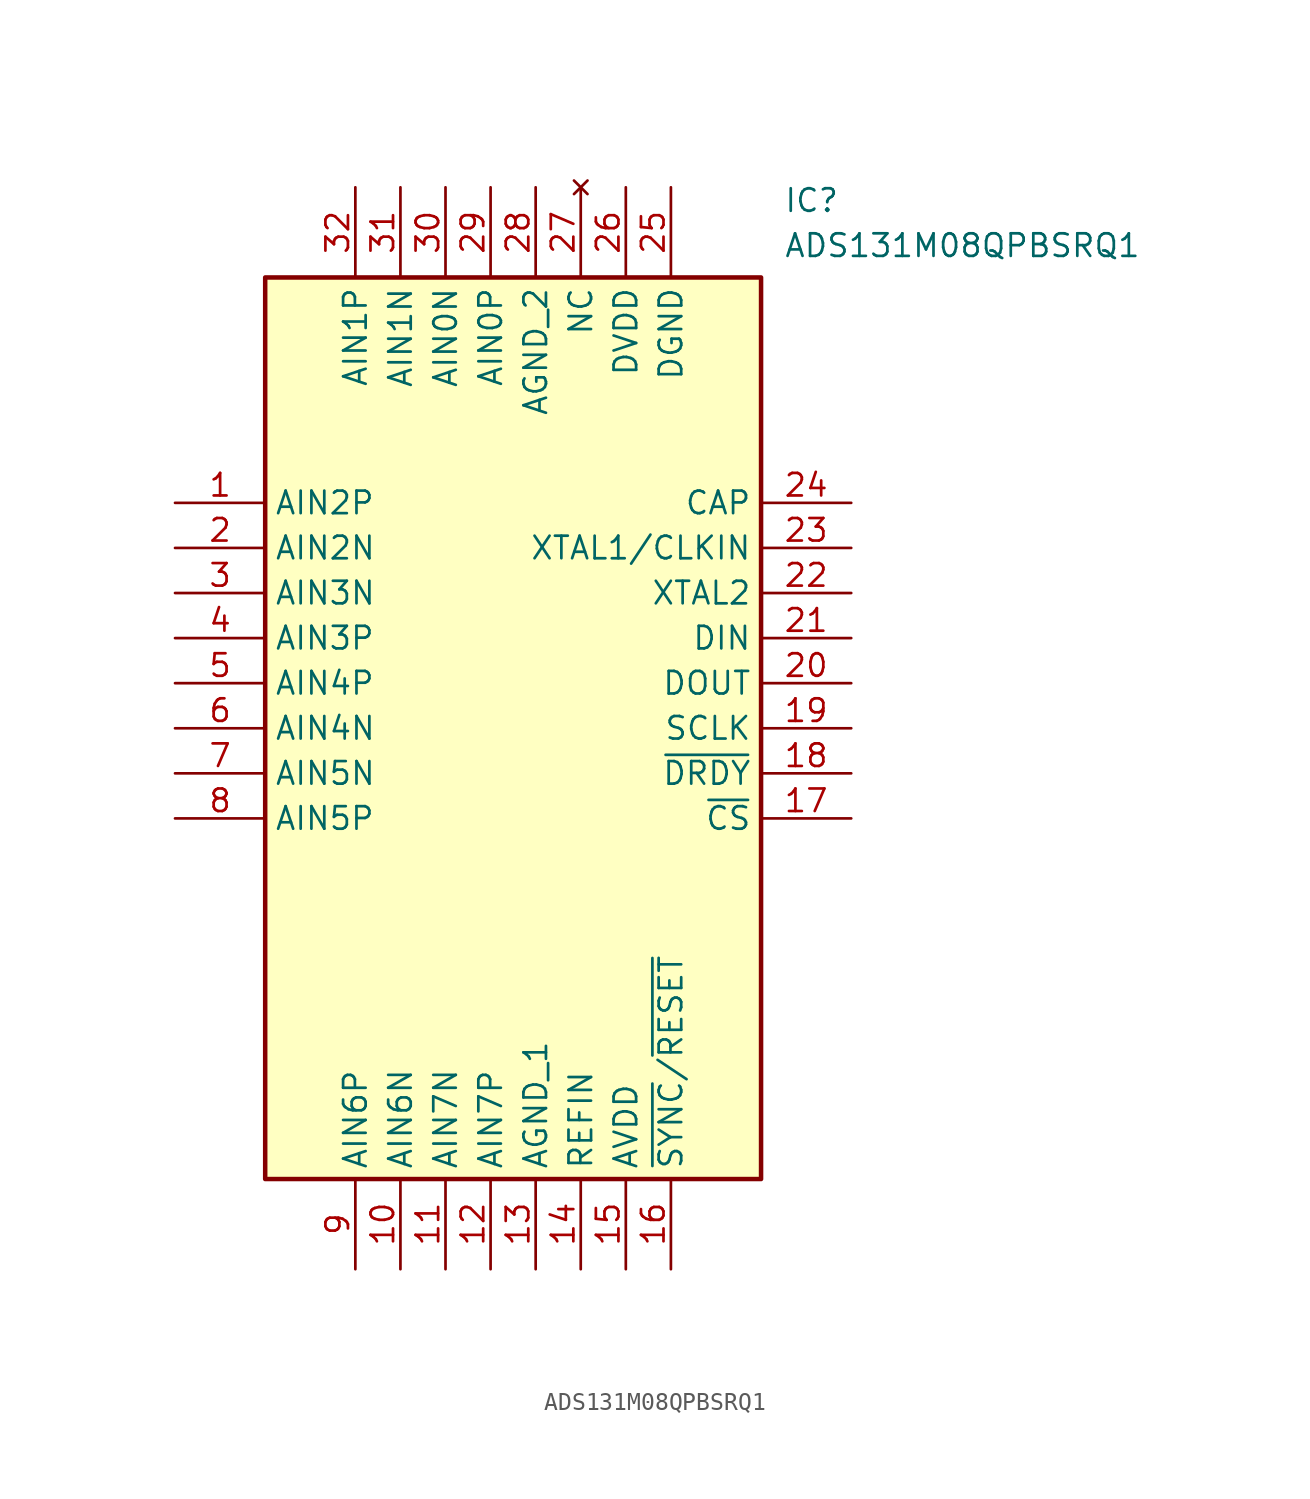
<source format=kicad_sym>
(kicad_symbol_lib
  (version 20211014)
  (generator SamacSys_ECAD_Model)
  (symbol "ADS131M08QPBSRQ1"
    (property "Reference" "IC"
      (at 34.29 17.78 0)
      (effects (font (size 1.27 1.27)) (justify left top)))
    (property "Value" "ADS131M08QPBSRQ1"
      (at 34.29 15.24 0)
      (effects (font (size 1.27 1.27)) (justify left top)))
    (rectangle
      (start 5.08 12.7)
      (end 33.02 -38.1)
      (stroke (width 0.254) (type default))
      (fill (type background)))
    (pin passive line
      (at 0 0 0)
      (length 5.08)
      (name "AIN2P" (effects (font (size 1.27 1.27))))
      (number "1" (effects (font (size 1.27 1.27)))))
    (pin passive line
      (at 0 -2.54 0)
      (length 5.08)
      (name "AIN2N" (effects (font (size 1.27 1.27))))
      (number "2" (effects (font (size 1.27 1.27)))))
    (pin passive line
      (at 0 -5.08 0)
      (length 5.08)
      (name "AIN3N" (effects (font (size 1.27 1.27))))
      (number "3" (effects (font (size 1.27 1.27)))))
    (pin passive line
      (at 0 -7.62 0)
      (length 5.08)
      (name "AIN3P" (effects (font (size 1.27 1.27))))
      (number "4" (effects (font (size 1.27 1.27)))))
    (pin passive line
      (at 0 -10.16 0)
      (length 5.08)
      (name "AIN4P" (effects (font (size 1.27 1.27))))
      (number "5" (effects (font (size 1.27 1.27)))))
    (pin passive line
      (at 0 -12.7 0)
      (length 5.08)
      (name "AIN4N" (effects (font (size 1.27 1.27))))
      (number "6" (effects (font (size 1.27 1.27)))))
    (pin passive line
      (at 0 -15.24 0)
      (length 5.08)
      (name "AIN5N" (effects (font (size 1.27 1.27))))
      (number "7" (effects (font (size 1.27 1.27)))))
    (pin passive line
      (at 0 -17.78 0)
      (length 5.08)
      (name "AIN5P" (effects (font (size 1.27 1.27))))
      (number "8" (effects (font (size 1.27 1.27)))))
    (pin passive line
      (at 10.16 -43.18 90)
      (length 5.08)
      (name "AIN6P" (effects (font (size 1.27 1.27))))
      (number "9" (effects (font (size 1.27 1.27)))))
    (pin passive line
      (at 12.7 -43.18 90)
      (length 5.08)
      (name "AIN6N" (effects (font (size 1.27 1.27))))
      (number "10" (effects (font (size 1.27 1.27)))))
    (pin passive line
      (at 15.24 -43.18 90)
      (length 5.08)
      (name "AIN7N" (effects (font (size 1.27 1.27))))
      (number "11" (effects (font (size 1.27 1.27)))))
    (pin passive line
      (at 17.78 -43.18 90)
      (length 5.08)
      (name "AIN7P" (effects (font (size 1.27 1.27))))
      (number "12" (effects (font (size 1.27 1.27)))))
    (pin passive line
      (at 20.32 -43.18 90)
      (length 5.08)
      (name "AGND_1" (effects (font (size 1.27 1.27))))
      (number "13" (effects (font (size 1.27 1.27)))))
    (pin passive line
      (at 22.86 -43.18 90)
      (length 5.08)
      (name "REFIN" (effects (font (size 1.27 1.27))))
      (number "14" (effects (font (size 1.27 1.27)))))
    (pin passive line
      (at 25.4 -43.18 90)
      (length 5.08)
      (name "AVDD" (effects (font (size 1.27 1.27))))
      (number "15" (effects (font (size 1.27 1.27)))))
    (pin passive line
      (at 27.94 -43.18 90)
      (length 5.08)
      (name "~{SYNC}/~{RESET}" (effects (font (size 1.27 1.27))))
      (number "16" (effects (font (size 1.27 1.27)))))
    (pin passive line
      (at 38.1 0 180)
      (length 5.08)
      (name "CAP" (effects (font (size 1.27 1.27))))
      (number "24" (effects (font (size 1.27 1.27)))))
    (pin passive line
      (at 38.1 -2.54 180)
      (length 5.08)
      (name "XTAL1/CLKIN" (effects (font (size 1.27 1.27))))
      (number "23" (effects (font (size 1.27 1.27)))))
    (pin passive line
      (at 38.1 -5.08 180)
      (length 5.08)
      (name "XTAL2" (effects (font (size 1.27 1.27))))
      (number "22" (effects (font (size 1.27 1.27)))))
    (pin passive line
      (at 38.1 -7.62 180)
      (length 5.08)
      (name "DIN" (effects (font (size 1.27 1.27))))
      (number "21" (effects (font (size 1.27 1.27)))))
    (pin passive line
      (at 38.1 -10.16 180)
      (length 5.08)
      (name "DOUT" (effects (font (size 1.27 1.27))))
      (number "20" (effects (font (size 1.27 1.27)))))
    (pin passive line
      (at 38.1 -12.7 180)
      (length 5.08)
      (name "SCLK" (effects (font (size 1.27 1.27))))
      (number "19" (effects (font (size 1.27 1.27)))))
    (pin passive line
      (at 38.1 -15.24 180)
      (length 5.08)
      (name "~{DRDY}" (effects (font (size 1.27 1.27))))
      (number "18" (effects (font (size 1.27 1.27)))))
    (pin passive line
      (at 38.1 -17.78 180)
      (length 5.08)
      (name "~{CS}" (effects (font (size 1.27 1.27))))
      (number "17" (effects (font (size 1.27 1.27)))))
    (pin passive line
      (at 10.16 17.78 270)
      (length 5.08)
      (name "AIN1P" (effects (font (size 1.27 1.27))))
      (number "32" (effects (font (size 1.27 1.27)))))
    (pin passive line
      (at 12.7 17.78 270)
      (length 5.08)
      (name "AIN1N" (effects (font (size 1.27 1.27))))
      (number "31" (effects (font (size 1.27 1.27)))))
    (pin passive line
      (at 15.24 17.78 270)
      (length 5.08)
      (name "AIN0N" (effects (font (size 1.27 1.27))))
      (number "30" (effects (font (size 1.27 1.27)))))
    (pin passive line
      (at 17.78 17.78 270)
      (length 5.08)
      (name "AIN0P" (effects (font (size 1.27 1.27))))
      (number "29" (effects (font (size 1.27 1.27)))))
    (pin passive line
      (at 20.32 17.78 270)
      (length 5.08)
      (name "AGND_2" (effects (font (size 1.27 1.27))))
      (number "28" (effects (font (size 1.27 1.27)))))
    (pin no_connect line
      (at 22.86 17.78 270)
      (length 5.08)
      (name "NC" (effects (font (size 1.27 1.27))))
      (number "27" (effects (font (size 1.27 1.27)))))
    (pin passive line
      (at 25.4 17.78 270)
      (length 5.08)
      (name "DVDD" (effects (font (size 1.27 1.27))))
      (number "26" (effects (font (size 1.27 1.27)))))
    (pin passive line
      (at 27.94 17.78 270)
      (length 5.08)
      (name "DGND" (effects (font (size 1.27 1.27))))
      (number "25" (effects (font (size 1.27 1.27)))))))
</source>
